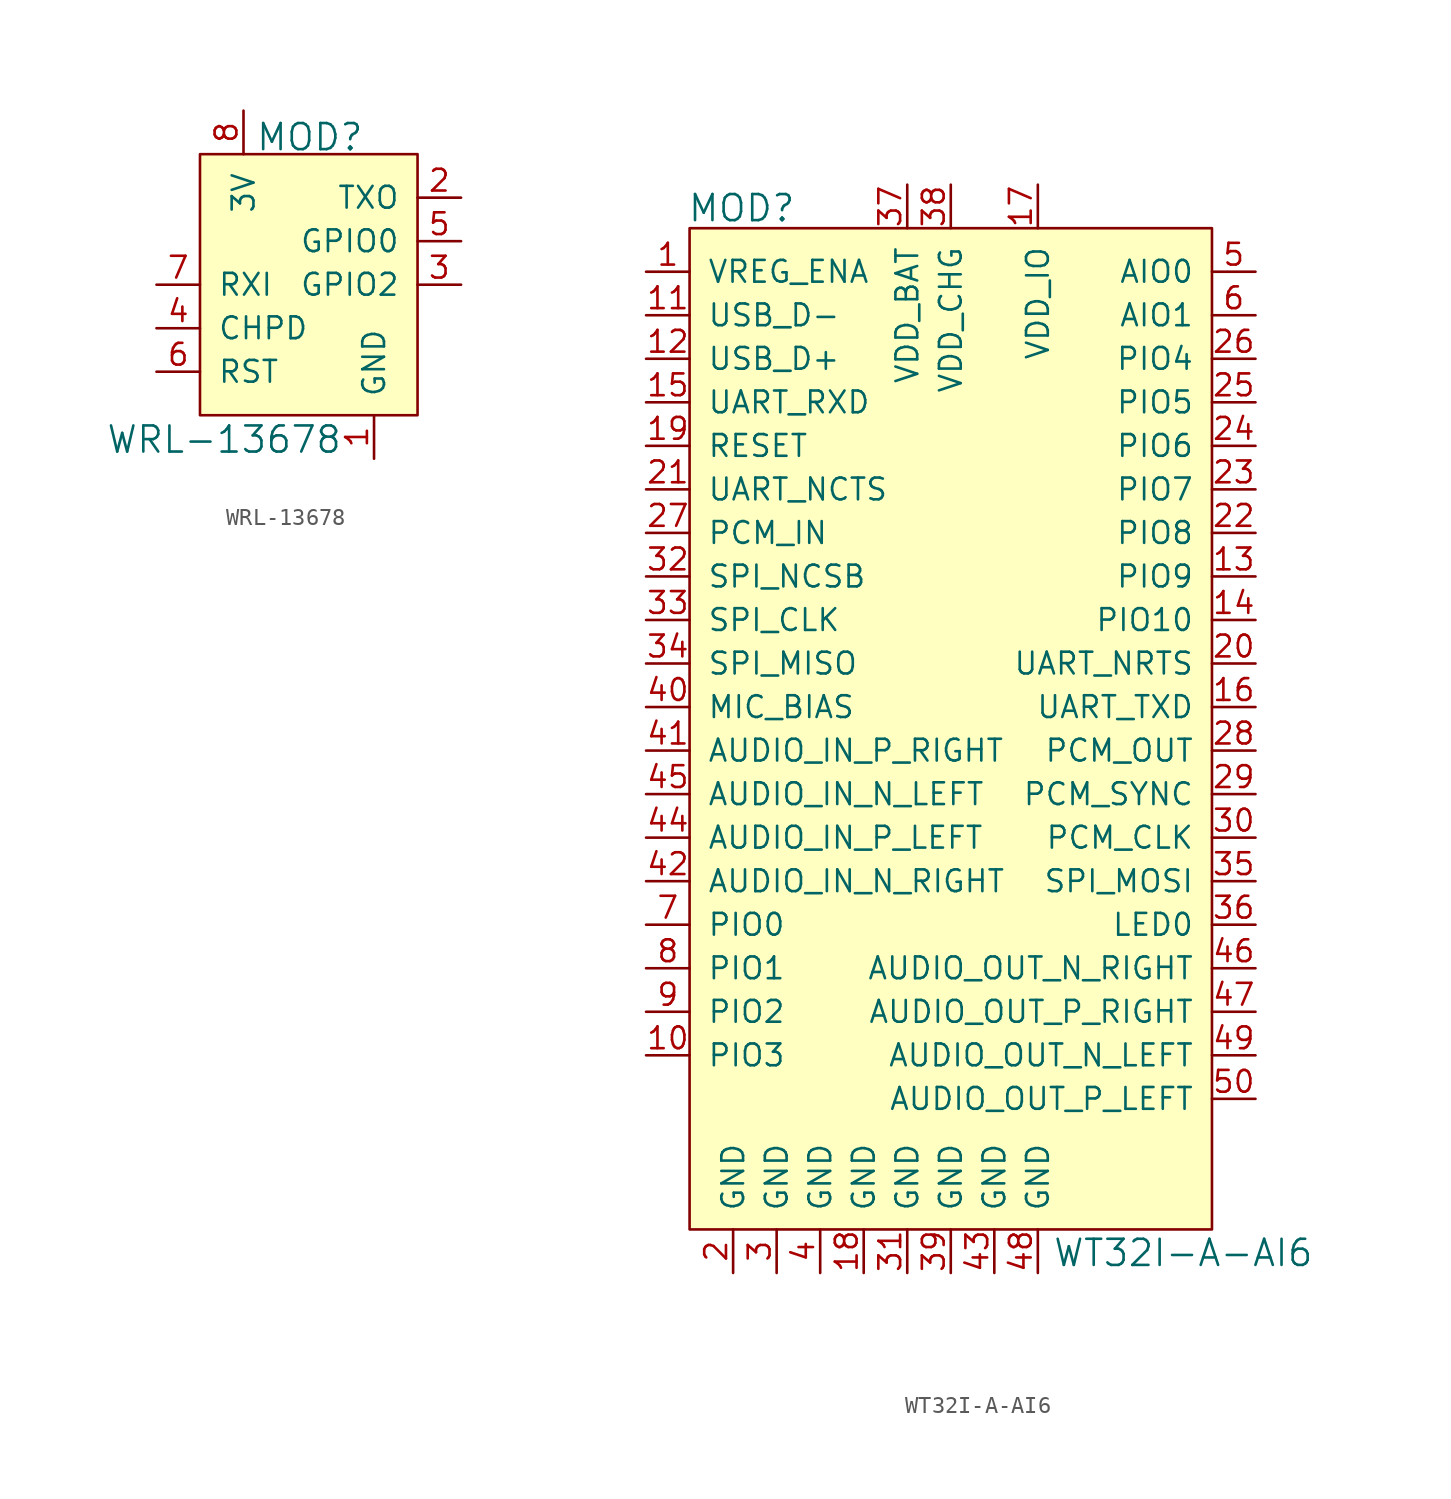
<source format=kicad_sym>
(kicad_symbol_lib
  (version 20211014)
  (generator kicad_symbol_editor)
  (symbol "WRL-13678"
    (pin_names
      (offset 1.016))
    (property "Reference" "MOD"
      (at -1.854 6.071 0)
      (effects (font (size 1.524 1.524)) (justify left)))
    (property "Value" "WRL-13678"
      (at 3.251 -11.582 0)
      (effects (font (size 1.524 1.524)) (justify right)))
    (symbol "WRL-13678_0_1"
      (rectangle (start 7.62 5.08) (end -5.08 -10.16) (stroke (width 0) (type default) (color 0 0 0 0)) (fill (type background))))
    (symbol "WRL-13678_1_1"
      (pin power_in line (at 5.08 -12.7 90) (length 2.54) (name "GND" (effects (font (size 1.27 1.27)))) (number "1" (effects (font (size 1.27 1.27)))))
      (pin output line (at 10.16 2.54 180) (length 2.54) (name "TXO" (effects (font (size 1.27 1.27)))) (number "2" (effects (font (size 1.27 1.27)))))
      (pin bidirectional line (at 10.16 -2.54 180) (length 2.54) (name "GPIO2" (effects (font (size 1.27 1.27)))) (number "3" (effects (font (size 1.27 1.27)))))
      (pin input line (at -7.62 -5.08 0) (length 2.54) (name "CHPD" (effects (font (size 1.27 1.27)))) (number "4" (effects (font (size 1.27 1.27)))))
      (pin bidirectional line (at 10.16 0 180) (length 2.54) (name "GPIO0" (effects (font (size 1.27 1.27)))) (number "5" (effects (font (size 1.27 1.27)))))
      (pin input line (at -7.62 -7.62 0) (length 2.54) (name "RST" (effects (font (size 1.27 1.27)))) (number "6" (effects (font (size 1.27 1.27)))))
      (pin input line (at -7.62 -2.54 0) (length 2.54) (name "RXI" (effects (font (size 1.27 1.27)))) (number "7" (effects (font (size 1.27 1.27)))))
      (pin power_in line (at -2.54 7.62 270) (length 2.54) (name "3V" (effects (font (size 1.27 1.27)))) (number "8" (effects (font (size 1.27 1.27)))))))
  (symbol "WT32I-A-AI6"
    (pin_names
      (offset 1.016))
    (property "Reference" "MOD"
      (at -9.017 18.948 0)
      (effects (font (size 1.524 1.524)) (justify right)))
    (property "Value" "WT32I-A-AI6"
      (at 5.918 -42.012 0)
      (effects (font (size 1.524 1.524)) (justify left)))
    (symbol "WT32I-A-AI6_0_1"
      (rectangle (start -15.24 17.78) (end 15.24 -40.64) (stroke (width 0) (type default) (color 0 0 0 0)) (fill (type background))))
    (symbol "WT32I-A-AI6_1_1"
      (pin input line (at -17.78 15.24 0) (length 2.54) (name "VREG_ENA" (effects (font (size 1.27 1.27)))) (number "1" (effects (font (size 1.27 1.27)))))
      (pin bidirectional line (at -17.78 -30.48 0) (length 2.54) (name "PIO3" (effects (font (size 1.27 1.27)))) (number "10" (effects (font (size 1.27 1.27)))))
      (pin bidirectional line (at -17.78 12.7 0) (length 2.54) (name "USB_D-" (effects (font (size 1.27 1.27)))) (number "11" (effects (font (size 1.27 1.27)))))
      (pin bidirectional line (at -17.78 10.16 0) (length 2.54) (name "USB_D+" (effects (font (size 1.27 1.27)))) (number "12" (effects (font (size 1.27 1.27)))))
      (pin bidirectional line (at 17.78 -2.54 180) (length 2.54) (name "PIO9" (effects (font (size 1.27 1.27)))) (number "13" (effects (font (size 1.27 1.27)))))
      (pin bidirectional line (at 17.78 -5.08 180) (length 2.54) (name "PIO10" (effects (font (size 1.27 1.27)))) (number "14" (effects (font (size 1.27 1.27)))))
      (pin input line (at -17.78 7.62 0) (length 2.54) (name "UART_RXD" (effects (font (size 1.27 1.27)))) (number "15" (effects (font (size 1.27 1.27)))))
      (pin input line (at 17.78 -10.16 180) (length 2.54) (name "UART_TXD" (effects (font (size 1.27 1.27)))) (number "16" (effects (font (size 1.27 1.27)))))
      (pin power_in line (at 5.08 20.32 270) (length 2.54) (name "VDD_IO" (effects (font (size 1.27 1.27)))) (number "17" (effects (font (size 1.27 1.27)))))
      (pin power_in line (at -5.08 -43.18 90) (length 2.54) (name "GND" (effects (font (size 1.27 1.27)))) (number "18" (effects (font (size 1.27 1.27)))))
      (pin input line (at -17.78 5.08 0) (length 2.54) (name "RESET" (effects (font (size 1.27 1.27)))) (number "19" (effects (font (size 1.27 1.27)))))
      (pin power_in line (at -12.7 -43.18 90) (length 2.54) (name "GND" (effects (font (size 1.27 1.27)))) (number "2" (effects (font (size 1.27 1.27)))))
      (pin output line (at 17.78 -7.62 180) (length 2.54) (name "UART_NRTS" (effects (font (size 1.27 1.27)))) (number "20" (effects (font (size 1.27 1.27)))))
      (pin input line (at -17.78 2.54 0) (length 2.54) (name "UART_NCTS" (effects (font (size 1.27 1.27)))) (number "21" (effects (font (size 1.27 1.27)))))
      (pin bidirectional line (at 17.78 0 180) (length 2.54) (name "PIO8" (effects (font (size 1.27 1.27)))) (number "22" (effects (font (size 1.27 1.27)))))
      (pin bidirectional line (at 17.78 2.54 180) (length 2.54) (name "PIO7" (effects (font (size 1.27 1.27)))) (number "23" (effects (font (size 1.27 1.27)))))
      (pin bidirectional line (at 17.78 5.08 180) (length 2.54) (name "PIO6" (effects (font (size 1.27 1.27)))) (number "24" (effects (font (size 1.27 1.27)))))
      (pin bidirectional line (at 17.78 7.62 180) (length 2.54) (name "PIO5" (effects (font (size 1.27 1.27)))) (number "25" (effects (font (size 1.27 1.27)))))
      (pin bidirectional line (at 17.78 10.16 180) (length 2.54) (name "PIO4" (effects (font (size 1.27 1.27)))) (number "26" (effects (font (size 1.27 1.27)))))
      (pin input line (at -17.78 0 0) (length 2.54) (name "PCM_IN" (effects (font (size 1.27 1.27)))) (number "27" (effects (font (size 1.27 1.27)))))
      (pin output line (at 17.78 -12.7 180) (length 2.54) (name "PCM_OUT" (effects (font (size 1.27 1.27)))) (number "28" (effects (font (size 1.27 1.27)))))
      (pin bidirectional line (at 17.78 -15.24 180) (length 2.54) (name "PCM_SYNC" (effects (font (size 1.27 1.27)))) (number "29" (effects (font (size 1.27 1.27)))))
      (pin power_in line (at -10.16 -43.18 90) (length 2.54) (name "GND" (effects (font (size 1.27 1.27)))) (number "3" (effects (font (size 1.27 1.27)))))
      (pin bidirectional line (at 17.78 -17.78 180) (length 2.54) (name "PCM_CLK" (effects (font (size 1.27 1.27)))) (number "30" (effects (font (size 1.27 1.27)))))
      (pin power_in line (at -2.54 -43.18 90) (length 2.54) (name "GND" (effects (font (size 1.27 1.27)))) (number "31" (effects (font (size 1.27 1.27)))))
      (pin input line (at -17.78 -2.54 0) (length 2.54) (name "SPI_NCSB" (effects (font (size 1.27 1.27)))) (number "32" (effects (font (size 1.27 1.27)))))
      (pin input line (at -17.78 -5.08 0) (length 2.54) (name "SPI_CLK" (effects (font (size 1.27 1.27)))) (number "33" (effects (font (size 1.27 1.27)))))
      (pin input line (at -17.78 -7.62 0) (length 2.54) (name "SPI_MISO" (effects (font (size 1.27 1.27)))) (number "34" (effects (font (size 1.27 1.27)))))
      (pin output line (at 17.78 -20.32 180) (length 2.54) (name "SPI_MOSI" (effects (font (size 1.27 1.27)))) (number "35" (effects (font (size 1.27 1.27)))))
      (pin output line (at 17.78 -22.86 180) (length 2.54) (name "LED0" (effects (font (size 1.27 1.27)))) (number "36" (effects (font (size 1.27 1.27)))))
      (pin power_in line (at -2.54 20.32 270) (length 2.54) (name "VDD_BAT" (effects (font (size 1.27 1.27)))) (number "37" (effects (font (size 1.27 1.27)))))
      (pin power_in line (at 0 20.32 270) (length 2.54) (name "VDD_CHG" (effects (font (size 1.27 1.27)))) (number "38" (effects (font (size 1.27 1.27)))))
      (pin power_in line (at 0 -43.18 90) (length 2.54) (name "GND" (effects (font (size 1.27 1.27)))) (number "39" (effects (font (size 1.27 1.27)))))
      (pin power_in line (at -7.62 -43.18 90) (length 2.54) (name "GND" (effects (font (size 1.27 1.27)))) (number "4" (effects (font (size 1.27 1.27)))))
      (pin power_in line (at -17.78 -10.16 0) (length 2.54) (name "MIC_BIAS" (effects (font (size 1.27 1.27)))) (number "40" (effects (font (size 1.27 1.27)))))
      (pin input line (at -17.78 -12.7 0) (length 2.54) (name "AUDIO_IN_P_RIGHT" (effects (font (size 1.27 1.27)))) (number "41" (effects (font (size 1.27 1.27)))))
      (pin input line (at -17.78 -20.32 0) (length 2.54) (name "AUDIO_IN_N_RIGHT" (effects (font (size 1.27 1.27)))) (number "42" (effects (font (size 1.27 1.27)))))
      (pin power_in line (at 2.54 -43.18 90) (length 2.54) (name "GND" (effects (font (size 1.27 1.27)))) (number "43" (effects (font (size 1.27 1.27)))))
      (pin input line (at -17.78 -17.78 0) (length 2.54) (name "AUDIO_IN_P_LEFT" (effects (font (size 1.27 1.27)))) (number "44" (effects (font (size 1.27 1.27)))))
      (pin input line (at -17.78 -15.24 0) (length 2.54) (name "AUDIO_IN_N_LEFT" (effects (font (size 1.27 1.27)))) (number "45" (effects (font (size 1.27 1.27)))))
      (pin output line (at 17.78 -25.4 180) (length 2.54) (name "AUDIO_OUT_N_RIGHT" (effects (font (size 1.27 1.27)))) (number "46" (effects (font (size 1.27 1.27)))))
      (pin output line (at 17.78 -27.94 180) (length 2.54) (name "AUDIO_OUT_P_RIGHT" (effects (font (size 1.27 1.27)))) (number "47" (effects (font (size 1.27 1.27)))))
      (pin power_in line (at 5.08 -43.18 90) (length 2.54) (name "GND" (effects (font (size 1.27 1.27)))) (number "48" (effects (font (size 1.27 1.27)))))
      (pin output line (at 17.78 -30.48 180) (length 2.54) (name "AUDIO_OUT_N_LEFT" (effects (font (size 1.27 1.27)))) (number "49" (effects (font (size 1.27 1.27)))))
      (pin bidirectional line (at 17.78 15.24 180) (length 2.54) (name "AIO0" (effects (font (size 1.27 1.27)))) (number "5" (effects (font (size 1.27 1.27)))))
      (pin output line (at 17.78 -33.02 180) (length 2.54) (name "AUDIO_OUT_P_LEFT" (effects (font (size 1.27 1.27)))) (number "50" (effects (font (size 1.27 1.27)))))
      (pin bidirectional line (at 17.78 12.7 180) (length 2.54) (name "AIO1" (effects (font (size 1.27 1.27)))) (number "6" (effects (font (size 1.27 1.27)))))
      (pin bidirectional line (at -17.78 -22.86 0) (length 2.54) (name "PIO0" (effects (font (size 1.27 1.27)))) (number "7" (effects (font (size 1.27 1.27)))))
      (pin bidirectional line (at -17.78 -25.4 0) (length 2.54) (name "PIO1" (effects (font (size 1.27 1.27)))) (number "8" (effects (font (size 1.27 1.27)))))
      (pin bidirectional line (at -17.78 -27.94 0) (length 2.54) (name "PIO2" (effects (font (size 1.27 1.27)))) (number "9" (effects (font (size 1.27 1.27))))))))
</source>
